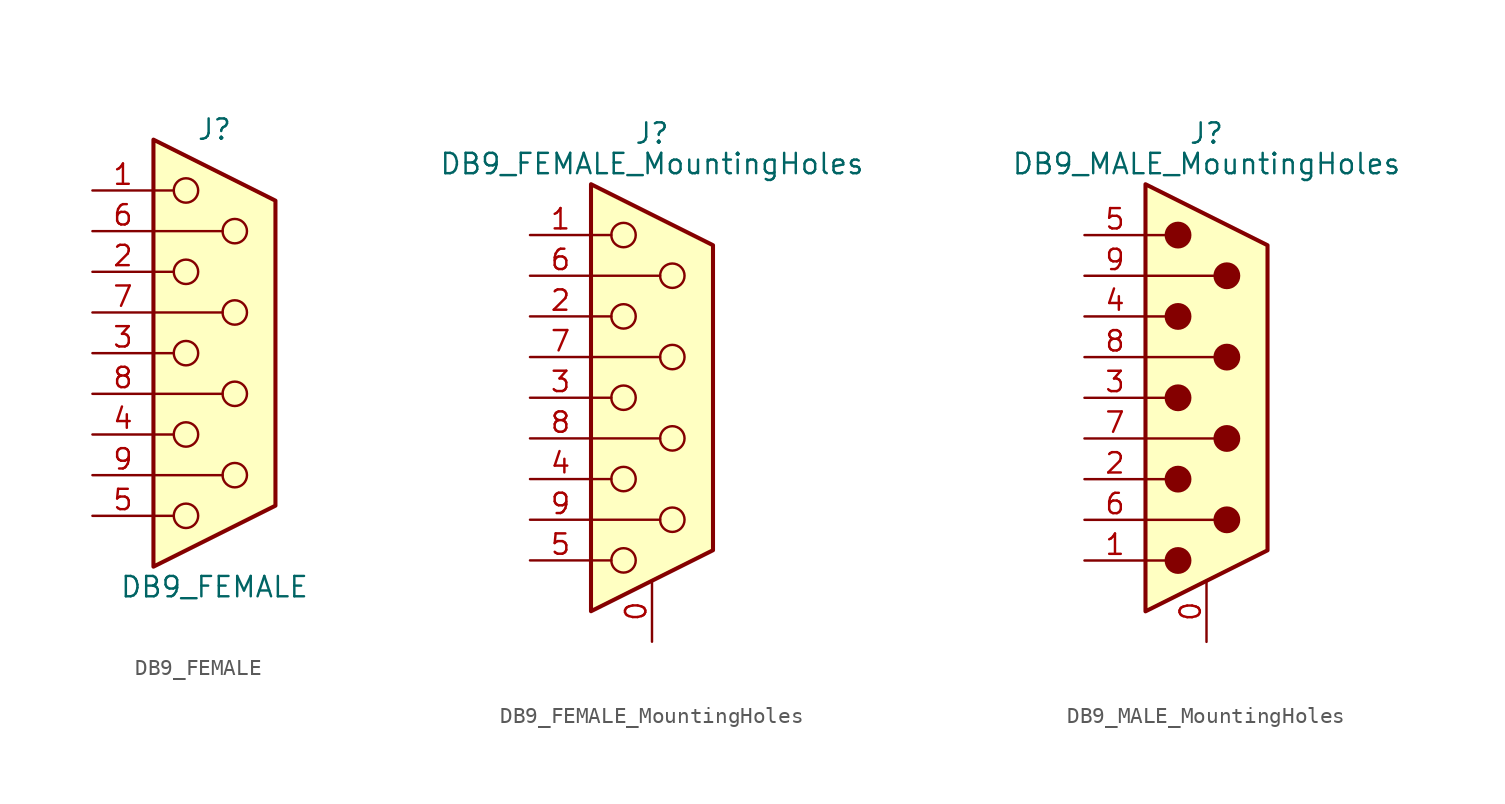
<source format=kicad_sym>
(kicad_symbol_lib
  (version 20211014)
  (generator kicad_symbol_editor)
  (symbol "DB9_FEMALE"
    (pin_names
      (offset 1.016) hide)
    (property "Reference" "J"
      (at 0 13.97 0)
      (effects (font (size 1.27 1.27))))
    (property "Value" "DB9_FEMALE"
      (at 0 -14.605 0)
      (effects (font (size 1.27 1.27))))
    (symbol "DB9_FEMALE_0_1"
      (circle (center -1.778 -10.16) (radius 0.762) (stroke (width 0) (type default) (color 0 0 0 0)) (fill (type none)))
      (circle (center -1.778 -5.08) (radius 0.762) (stroke (width 0) (type default) (color 0 0 0 0)) (fill (type none)))
      (circle (center -1.778 0) (radius 0.762) (stroke (width 0) (type default) (color 0 0 0 0)) (fill (type none)))
      (circle (center -1.778 5.08) (radius 0.762) (stroke (width 0) (type default) (color 0 0 0 0)) (fill (type none)))
      (circle (center -1.778 10.16) (radius 0.762) (stroke (width 0) (type default) (color 0 0 0 0)) (fill (type none)))
      (polyline (pts (xy -3.81 -10.16) (xy -2.54 -10.16)) (stroke (width 0) (type default) (color 0 0 0 0)) (fill (type none)))
      (polyline (pts (xy -3.81 -7.62) (xy 0.508 -7.62)) (stroke (width 0) (type default) (color 0 0 0 0)) (fill (type none)))
      (polyline (pts (xy -3.81 -5.08) (xy -2.54 -5.08)) (stroke (width 0) (type default) (color 0 0 0 0)) (fill (type none)))
      (polyline (pts (xy -3.81 -2.54) (xy 0.508 -2.54)) (stroke (width 0) (type default) (color 0 0 0 0)) (fill (type none)))
      (polyline (pts (xy -3.81 0) (xy -2.54 0)) (stroke (width 0) (type default) (color 0 0 0 0)) (fill (type none)))
      (polyline (pts (xy -3.81 2.54) (xy 0.508 2.54)) (stroke (width 0) (type default) (color 0 0 0 0)) (fill (type none)))
      (polyline (pts (xy -3.81 5.08) (xy -2.54 5.08)) (stroke (width 0) (type default) (color 0 0 0 0)) (fill (type none)))
      (polyline (pts (xy -3.81 7.62) (xy 0.508 7.62)) (stroke (width 0) (type default) (color 0 0 0 0)) (fill (type none)))
      (polyline (pts (xy -3.81 10.16) (xy -2.54 10.16)) (stroke (width 0) (type default) (color 0 0 0 0)) (fill (type none)))
      (polyline (pts (xy -3.81 13.335) (xy -3.81 -13.335) (xy 3.81 -9.525) (xy 3.81 9.525) (xy -3.81 13.335)) (stroke (width 0.254) (type default) (color 0 0 0 0)) (fill (type background)))
      (circle (center 1.27 -7.62) (radius 0.762) (stroke (width 0) (type default) (color 0 0 0 0)) (fill (type none)))
      (circle (center 1.27 -2.54) (radius 0.762) (stroke (width 0) (type default) (color 0 0 0 0)) (fill (type none)))
      (circle (center 1.27 2.54) (radius 0.762) (stroke (width 0) (type default) (color 0 0 0 0)) (fill (type none)))
      (circle (center 1.27 7.62) (radius 0.762) (stroke (width 0) (type default) (color 0 0 0 0)) (fill (type none))))
    (symbol "DB9_FEMALE_1_1"
      (pin passive line (at -7.62 10.16 0) (length 3.81) (name "1" (effects (font (size 1.27 1.27)))) (number "1" (effects (font (size 1.27 1.27)))))
      (pin passive line (at -7.62 5.08 0) (length 3.81) (name "2" (effects (font (size 1.27 1.27)))) (number "2" (effects (font (size 1.27 1.27)))))
      (pin passive line (at -7.62 0 0) (length 3.81) (name "3" (effects (font (size 1.27 1.27)))) (number "3" (effects (font (size 1.27 1.27)))))
      (pin passive line (at -7.62 -5.08 0) (length 3.81) (name "4" (effects (font (size 1.27 1.27)))) (number "4" (effects (font (size 1.27 1.27)))))
      (pin passive line (at -7.62 -10.16 0) (length 3.81) (name "5" (effects (font (size 1.27 1.27)))) (number "5" (effects (font (size 1.27 1.27)))))
      (pin passive line (at -7.62 7.62 0) (length 3.81) (name "6" (effects (font (size 1.27 1.27)))) (number "6" (effects (font (size 1.27 1.27)))))
      (pin passive line (at -7.62 2.54 0) (length 3.81) (name "7" (effects (font (size 1.27 1.27)))) (number "7" (effects (font (size 1.27 1.27)))))
      (pin passive line (at -7.62 -2.54 0) (length 3.81) (name "8" (effects (font (size 1.27 1.27)))) (number "8" (effects (font (size 1.27 1.27)))))
      (pin passive line (at -7.62 -7.62 0) (length 3.81) (name "9" (effects (font (size 1.27 1.27)))) (number "9" (effects (font (size 1.27 1.27)))))))
  (symbol "DB9_FEMALE_MountingHoles"
    (pin_names
      (offset 1.016) hide)
    (property "Reference" "J"
      (at 0 16.51 0)
      (effects (font (size 1.27 1.27))))
    (property "Value" "DB9_FEMALE_MountingHoles"
      (at 0 14.605 0)
      (effects (font (size 1.27 1.27))))
    (symbol "DB9_FEMALE_MountingHoles_0_1"
      (circle (center -1.778 -10.16) (radius 0.762) (stroke (width 0) (type default) (color 0 0 0 0)) (fill (type none)))
      (circle (center -1.778 -5.08) (radius 0.762) (stroke (width 0) (type default) (color 0 0 0 0)) (fill (type none)))
      (circle (center -1.778 0) (radius 0.762) (stroke (width 0) (type default) (color 0 0 0 0)) (fill (type none)))
      (circle (center -1.778 5.08) (radius 0.762) (stroke (width 0) (type default) (color 0 0 0 0)) (fill (type none)))
      (circle (center -1.778 10.16) (radius 0.762) (stroke (width 0) (type default) (color 0 0 0 0)) (fill (type none)))
      (polyline (pts (xy -3.81 -10.16) (xy -2.54 -10.16)) (stroke (width 0) (type default) (color 0 0 0 0)) (fill (type none)))
      (polyline (pts (xy -3.81 -7.62) (xy 0.508 -7.62)) (stroke (width 0) (type default) (color 0 0 0 0)) (fill (type none)))
      (polyline (pts (xy -3.81 -5.08) (xy -2.54 -5.08)) (stroke (width 0) (type default) (color 0 0 0 0)) (fill (type none)))
      (polyline (pts (xy -3.81 -2.54) (xy 0.508 -2.54)) (stroke (width 0) (type default) (color 0 0 0 0)) (fill (type none)))
      (polyline (pts (xy -3.81 0) (xy -2.54 0)) (stroke (width 0) (type default) (color 0 0 0 0)) (fill (type none)))
      (polyline (pts (xy -3.81 2.54) (xy 0.508 2.54)) (stroke (width 0) (type default) (color 0 0 0 0)) (fill (type none)))
      (polyline (pts (xy -3.81 5.08) (xy -2.54 5.08)) (stroke (width 0) (type default) (color 0 0 0 0)) (fill (type none)))
      (polyline (pts (xy -3.81 7.62) (xy 0.508 7.62)) (stroke (width 0) (type default) (color 0 0 0 0)) (fill (type none)))
      (polyline (pts (xy -3.81 10.16) (xy -2.54 10.16)) (stroke (width 0) (type default) (color 0 0 0 0)) (fill (type none)))
      (polyline (pts (xy -3.81 13.335) (xy -3.81 -13.335) (xy 3.81 -9.525) (xy 3.81 9.525) (xy -3.81 13.335)) (stroke (width 0.254) (type default) (color 0 0 0 0)) (fill (type background)))
      (circle (center 1.27 -7.62) (radius 0.762) (stroke (width 0) (type default) (color 0 0 0 0)) (fill (type none)))
      (circle (center 1.27 -2.54) (radius 0.762) (stroke (width 0) (type default) (color 0 0 0 0)) (fill (type none)))
      (circle (center 1.27 2.54) (radius 0.762) (stroke (width 0) (type default) (color 0 0 0 0)) (fill (type none)))
      (circle (center 1.27 7.62) (radius 0.762) (stroke (width 0) (type default) (color 0 0 0 0)) (fill (type none))))
    (symbol "DB9_FEMALE_MountingHoles_1_1"
      (pin passive line (at 0 -15.24 90) (length 3.81) (name "PAD" (effects (font (size 1.27 1.27)))) (number "0" (effects (font (size 1.27 1.27)))))
      (pin passive line (at -7.62 10.16 0) (length 3.81) (name "1" (effects (font (size 1.27 1.27)))) (number "1" (effects (font (size 1.27 1.27)))))
      (pin passive line (at -7.62 5.08 0) (length 3.81) (name "2" (effects (font (size 1.27 1.27)))) (number "2" (effects (font (size 1.27 1.27)))))
      (pin passive line (at -7.62 0 0) (length 3.81) (name "3" (effects (font (size 1.27 1.27)))) (number "3" (effects (font (size 1.27 1.27)))))
      (pin passive line (at -7.62 -5.08 0) (length 3.81) (name "4" (effects (font (size 1.27 1.27)))) (number "4" (effects (font (size 1.27 1.27)))))
      (pin passive line (at -7.62 -10.16 0) (length 3.81) (name "5" (effects (font (size 1.27 1.27)))) (number "5" (effects (font (size 1.27 1.27)))))
      (pin passive line (at -7.62 7.62 0) (length 3.81) (name "6" (effects (font (size 1.27 1.27)))) (number "6" (effects (font (size 1.27 1.27)))))
      (pin passive line (at -7.62 2.54 0) (length 3.81) (name "7" (effects (font (size 1.27 1.27)))) (number "7" (effects (font (size 1.27 1.27)))))
      (pin passive line (at -7.62 -2.54 0) (length 3.81) (name "8" (effects (font (size 1.27 1.27)))) (number "8" (effects (font (size 1.27 1.27)))))
      (pin passive line (at -7.62 -7.62 0) (length 3.81) (name "9" (effects (font (size 1.27 1.27)))) (number "9" (effects (font (size 1.27 1.27)))))))
  (symbol "DB9_MALE_MountingHoles"
    (pin_names
      (offset 1.016) hide)
    (property "Reference" "J"
      (at 0 16.51 0)
      (effects (font (size 1.27 1.27))))
    (property "Value" "DB9_MALE_MountingHoles"
      (at 0 14.605 0)
      (effects (font (size 1.27 1.27))))
    (symbol "DB9_MALE_MountingHoles_0_1"
      (circle (center -1.778 -10.16) (radius 0.762) (stroke (width 0) (type default) (color 0 0 0 0)) (fill (type outline)))
      (circle (center -1.778 -5.08) (radius 0.762) (stroke (width 0) (type default) (color 0 0 0 0)) (fill (type outline)))
      (circle (center -1.778 0) (radius 0.762) (stroke (width 0) (type default) (color 0 0 0 0)) (fill (type outline)))
      (circle (center -1.778 5.08) (radius 0.762) (stroke (width 0) (type default) (color 0 0 0 0)) (fill (type outline)))
      (circle (center -1.778 10.16) (radius 0.762) (stroke (width 0) (type default) (color 0 0 0 0)) (fill (type outline)))
      (polyline (pts (xy -3.81 -10.16) (xy -2.54 -10.16)) (stroke (width 0) (type default) (color 0 0 0 0)) (fill (type none)))
      (polyline (pts (xy -3.81 -7.62) (xy 0.508 -7.62)) (stroke (width 0) (type default) (color 0 0 0 0)) (fill (type none)))
      (polyline (pts (xy -3.81 -5.08) (xy -2.54 -5.08)) (stroke (width 0) (type default) (color 0 0 0 0)) (fill (type none)))
      (polyline (pts (xy -3.81 -2.54) (xy 0.508 -2.54)) (stroke (width 0) (type default) (color 0 0 0 0)) (fill (type none)))
      (polyline (pts (xy -3.81 0) (xy -2.54 0)) (stroke (width 0) (type default) (color 0 0 0 0)) (fill (type none)))
      (polyline (pts (xy -3.81 2.54) (xy 0.508 2.54)) (stroke (width 0) (type default) (color 0 0 0 0)) (fill (type none)))
      (polyline (pts (xy -3.81 5.08) (xy -2.54 5.08)) (stroke (width 0) (type default) (color 0 0 0 0)) (fill (type none)))
      (polyline (pts (xy -3.81 7.62) (xy 0.508 7.62)) (stroke (width 0) (type default) (color 0 0 0 0)) (fill (type none)))
      (polyline (pts (xy -3.81 10.16) (xy -2.54 10.16)) (stroke (width 0) (type default) (color 0 0 0 0)) (fill (type none)))
      (polyline (pts (xy -3.81 -13.335) (xy -3.81 13.335) (xy 3.81 9.525) (xy 3.81 -9.525) (xy -3.81 -13.335)) (stroke (width 0.254) (type default) (color 0 0 0 0)) (fill (type background)))
      (circle (center 1.27 -7.62) (radius 0.762) (stroke (width 0) (type default) (color 0 0 0 0)) (fill (type outline)))
      (circle (center 1.27 -2.54) (radius 0.762) (stroke (width 0) (type default) (color 0 0 0 0)) (fill (type outline)))
      (circle (center 1.27 2.54) (radius 0.762) (stroke (width 0) (type default) (color 0 0 0 0)) (fill (type outline)))
      (circle (center 1.27 7.62) (radius 0.762) (stroke (width 0) (type default) (color 0 0 0 0)) (fill (type outline))))
    (symbol "DB9_MALE_MountingHoles_1_1"
      (pin passive line (at 0 -15.24 90) (length 3.81) (name "PAD" (effects (font (size 1.27 1.27)))) (number "0" (effects (font (size 1.27 1.27)))))
      (pin passive line (at -7.62 -10.16 0) (length 3.81) (name "1" (effects (font (size 1.27 1.27)))) (number "1" (effects (font (size 1.27 1.27)))))
      (pin passive line (at -7.62 -5.08 0) (length 3.81) (name "2" (effects (font (size 1.27 1.27)))) (number "2" (effects (font (size 1.27 1.27)))))
      (pin passive line (at -7.62 0 0) (length 3.81) (name "3" (effects (font (size 1.27 1.27)))) (number "3" (effects (font (size 1.27 1.27)))))
      (pin passive line (at -7.62 5.08 0) (length 3.81) (name "4" (effects (font (size 1.27 1.27)))) (number "4" (effects (font (size 1.27 1.27)))))
      (pin passive line (at -7.62 10.16 0) (length 3.81) (name "5" (effects (font (size 1.27 1.27)))) (number "5" (effects (font (size 1.27 1.27)))))
      (pin passive line (at -7.62 -7.62 0) (length 3.81) (name "6" (effects (font (size 1.27 1.27)))) (number "6" (effects (font (size 1.27 1.27)))))
      (pin passive line (at -7.62 -2.54 0) (length 3.81) (name "7" (effects (font (size 1.27 1.27)))) (number "7" (effects (font (size 1.27 1.27)))))
      (pin passive line (at -7.62 2.54 0) (length 3.81) (name "8" (effects (font (size 1.27 1.27)))) (number "8" (effects (font (size 1.27 1.27)))))
      (pin passive line (at -7.62 7.62 0) (length 3.81) (name "9" (effects (font (size 1.27 1.27)))) (number "9" (effects (font (size 1.27 1.27))))))))
</source>
